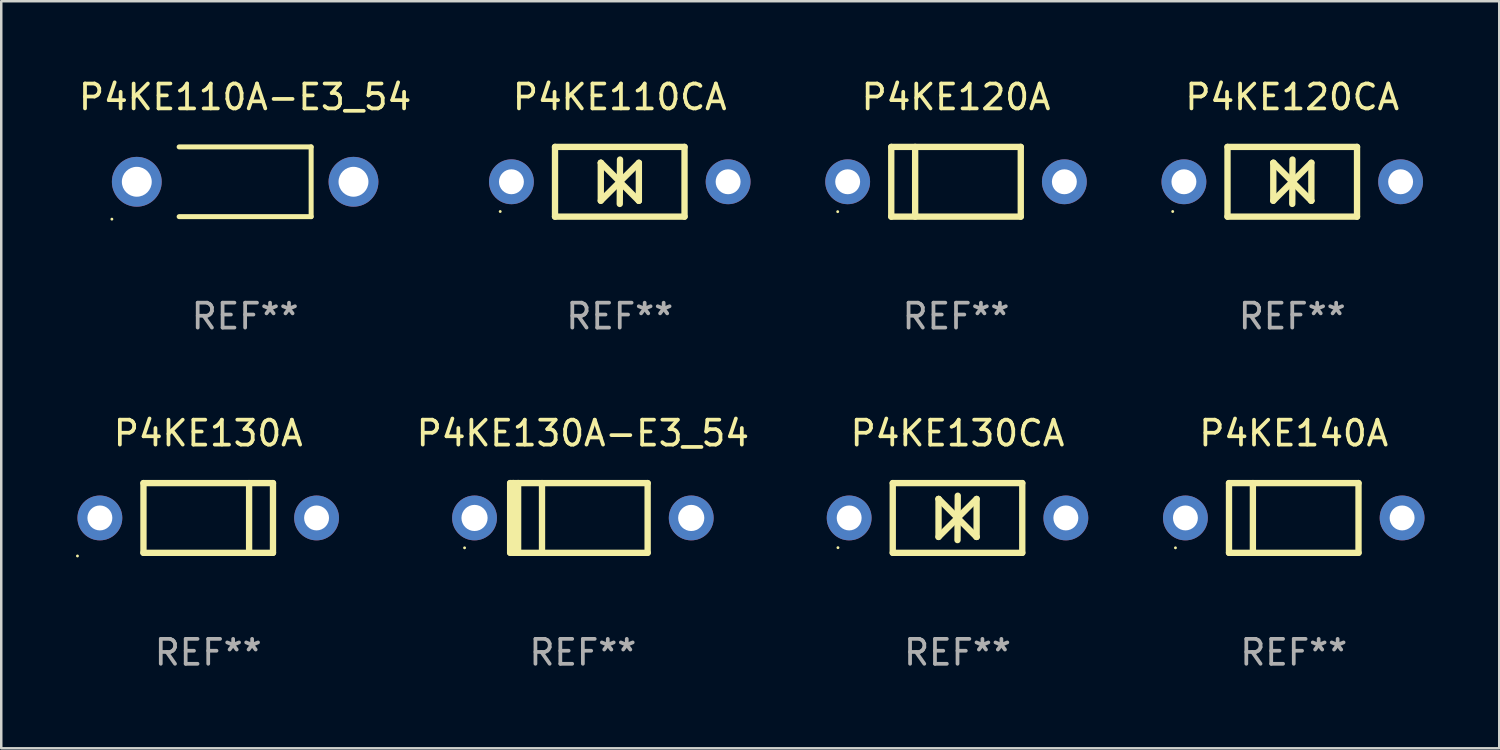
<source format=kicad_pcb>
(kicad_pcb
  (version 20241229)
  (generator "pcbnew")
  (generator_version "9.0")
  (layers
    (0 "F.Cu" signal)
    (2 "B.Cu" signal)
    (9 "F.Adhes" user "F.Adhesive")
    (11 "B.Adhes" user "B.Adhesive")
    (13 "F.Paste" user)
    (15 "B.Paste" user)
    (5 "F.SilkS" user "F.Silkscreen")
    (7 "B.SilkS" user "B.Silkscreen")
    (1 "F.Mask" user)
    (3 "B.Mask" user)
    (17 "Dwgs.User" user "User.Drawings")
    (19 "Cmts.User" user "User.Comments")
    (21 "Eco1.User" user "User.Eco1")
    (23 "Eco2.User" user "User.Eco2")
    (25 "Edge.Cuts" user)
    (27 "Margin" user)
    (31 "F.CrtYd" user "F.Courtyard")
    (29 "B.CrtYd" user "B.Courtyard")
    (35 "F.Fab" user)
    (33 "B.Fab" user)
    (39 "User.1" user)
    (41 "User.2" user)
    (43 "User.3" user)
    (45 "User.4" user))
  (footprint "P4KE110CA"
    (layer "F.Cu")
    (at 21.833 4.248)
    (property "Reference" "P4KE110CA" (at 0 -3.4 0) (layer "F.SilkS") (effects (font (size 1 1) (thickness 0.15))))
    (attr through_hole)
    (fp_line (start -2.6 1.4) (end -2.6 -1.4) (stroke (width 0.254) (type solid)) (layer "F.SilkS"))
    (fp_line (start -0.762 -0.762) (end -0.762 0.762) (stroke (width 0.254) (type solid)) (layer "F.SilkS"))
    (fp_line (start -0.762 0.762) (end 0.006 -0.006) (stroke (width 0.254) (type solid)) (layer "F.SilkS"))
    (fp_line (start -0.755 -0.762) (end -0.762 -0.762) (stroke (width 0.254) (type solid)) (layer "F.SilkS"))
    (fp_line (start -0.001 0.004) (end -0.001 0.095) (stroke (width 0.254) (type solid)) (layer "F.SilkS"))
    (fp_line (start 0 0) (end 0.761 0.761) (stroke (width 0.254) (type solid)) (layer "F.SilkS"))
    (fp_line (start 0 0.889) (end 0.01 -0.892) (stroke (width 0.254) (type solid)) (layer "F.SilkS"))
    (fp_line (start 0.005 -0.001) (end -0.755 -0.762) (stroke (width 0.254) (type solid)) (layer "F.SilkS"))
    (fp_line (start 0.006 -0.006) (end 0.006 -0.096) (stroke (width 0.254) (type solid)) (layer "F.SilkS"))
    (fp_line (start 0.761 0.761) (end 0.767 0.761) (stroke (width 0.254) (type solid)) (layer "F.SilkS"))
    (fp_line (start 0.767 -0.763) (end -0.001 0.004) (stroke (width 0.254) (type solid)) (layer "F.SilkS"))
    (fp_line (start 0.767 0.761) (end 0.767 -0.763) (stroke (width 0.254) (type solid)) (layer "F.SilkS"))
    (fp_line (start 2.6 -1.4) (end -2.6 -1.4) (stroke (width 0.254) (type solid)) (layer "F.SilkS"))
    (fp_line (start 2.6 1.4) (end -2.6 1.4) (stroke (width 0.254) (type solid)) (layer "F.SilkS"))
    (fp_line (start 2.6 1.4) (end 2.6 -1.4) (stroke (width 0.254) (type solid)) (layer "F.SilkS"))
    (fp_circle (center -4.8 1.194) (end -4.77 1.194) (stroke (width 0.06) (type solid)) (fill no) (layer "F.SilkS"))
    (fp_text user "REF**" (at 0 5.4 0) (layer "F.Fab") (effects (font (size 1 1) (thickness 0.15))))
    (pad "1" thru_hole circle (at -4.35 0) (size 1.8 1.8) (drill 1) (layers "*.Cu" "*.Mask"))
    (pad "2" thru_hole circle (at 4.35 0) (size 1.8 1.8) (drill 1) (layers "*.Cu" "*.Mask")))
  (footprint "P4KE130A-E3_54"
    (layer "F.Cu")
    (at 20.352 17.745)
    (property "Reference" "P4KE130A-E3_54" (at 0 -3.4 0) (layer "F.SilkS") (effects (font (size 1 1) (thickness 0.15))))
    (attr through_hole)
    (fp_line (start -2.921 1.397) (end -2.921 -1.4) (stroke (width 0.254) (type solid)) (layer "F.SilkS"))
    (fp_line (start -2.794 -1.4) (end -2.921 -1.4) (stroke (width 0.254) (type solid)) (layer "F.SilkS"))
    (fp_line (start -2.794 -1.4) (end -2.794 1.397) (stroke (width 0.254) (type solid)) (layer "F.SilkS"))
    (fp_line (start -2.794 1.397) (end -2.6 1.397) (stroke (width 0.254) (type solid)) (layer "F.SilkS"))
    (fp_line (start -2.667 1.397) (end -2.921 1.397) (stroke (width 0.254) (type solid)) (layer "F.SilkS"))
    (fp_line (start -2.6 -1.4) (end -2.794 -1.4) (stroke (width 0.254) (type solid)) (layer "F.SilkS"))
    (fp_line (start -2.6 -1.4) (end -2.6 1.4) (stroke (width 0.254) (type solid)) (layer "F.SilkS"))
    (fp_line (start -2.6 -1.4) (end 2.6 -1.4) (stroke (width 0.254) (type solid)) (layer "F.SilkS"))
    (fp_line (start -2.6 1.4) (end 2.6 1.4) (stroke (width 0.254) (type solid)) (layer "F.SilkS"))
    (fp_line (start -1.641 -1.4) (end -1.641 1.4) (stroke (width 0.254) (type solid)) (layer "F.SilkS"))
    (fp_line (start 2.6 -1.4) (end 2.6 1.4) (stroke (width 0.254) (type solid)) (layer "F.SilkS"))
    (fp_circle (center -4.75 1.2) (end -4.72 1.2) (stroke (width 0.06) (type solid)) (fill no) (layer "F.SilkS"))
    (fp_text user "REF**" (at 0 5.4 0) (layer "F.Fab") (effects (font (size 1 1) (thickness 0.15))))
    (pad "1" thru_hole circle (at -4.35 0) (size 1.8 1.8) (drill 1.05) (layers "*.Cu" "*.Mask"))
    (pad "2" thru_hole circle (at 4.35 0) (size 1.8 1.8) (drill 1.05) (layers "*.Cu" "*.Mask")))
  (footprint "P4KE130A"
    (layer "F.Cu")
    (at 5.31 17.745)
    (property "Reference" "P4KE130A" (at 0 -3.4 0) (layer "F.SilkS") (effects (font (size 1 1) (thickness 0.15))))
    (attr through_hole)
    (fp_line (start -2.6 1.4) (end -2.6 -1.4) (stroke (width 0.254) (type solid)) (layer "F.SilkS"))
    (fp_line (start 1.641 1.4) (end 1.641 -1.4) (stroke (width 0.254) (type solid)) (layer "F.SilkS"))
    (fp_line (start 2.6 -1.4) (end -2.6 -1.4) (stroke (width 0.254) (type solid)) (layer "F.SilkS"))
    (fp_line (start 2.6 1.4) (end -2.6 1.4) (stroke (width 0.254) (type solid)) (layer "F.SilkS"))
    (fp_line (start 2.6 1.4) (end 2.6 -1.4) (stroke (width 0.254) (type solid)) (layer "F.SilkS"))
    (fp_circle (center -5.25 1.527) (end -5.22 1.527) (stroke (width 0.06) (type solid)) (fill no) (layer "F.SilkS"))
    (fp_text user "REF**" (at 0 5.4 0) (layer "F.Fab") (effects (font (size 1 1) (thickness 0.15))))
    (pad "1" thru_hole circle (at -4.35 0) (size 1.8 1.8) (drill 1) (layers "*.Cu" "*.Mask"))
    (pad "2" thru_hole circle (at 4.35 0) (size 1.8 1.8) (drill 1) (layers "*.Cu" "*.Mask")))
  (footprint "P4KE120CA"
    (layer "F.Cu")
    (at 48.833 4.248)
    (property "Reference" "P4KE120CA" (at 0 -3.4 0) (layer "F.SilkS") (effects (font (size 1 1) (thickness 0.15))))
    (attr through_hole)
    (fp_line (start -2.6 1.4) (end -2.6 -1.4) (stroke (width 0.254) (type solid)) (layer "F.SilkS"))
    (fp_line (start -0.762 -0.762) (end -0.762 0.762) (stroke (width 0.254) (type solid)) (layer "F.SilkS"))
    (fp_line (start -0.762 0.762) (end 0.006 -0.006) (stroke (width 0.254) (type solid)) (layer "F.SilkS"))
    (fp_line (start -0.755 -0.762) (end -0.762 -0.762) (stroke (width 0.254) (type solid)) (layer "F.SilkS"))
    (fp_line (start -0.001 0.004) (end -0.001 0.095) (stroke (width 0.254) (type solid)) (layer "F.SilkS"))
    (fp_line (start 0 0) (end 0.761 0.761) (stroke (width 0.254) (type solid)) (layer "F.SilkS"))
    (fp_line (start 0 0.889) (end 0.01 -0.892) (stroke (width 0.254) (type solid)) (layer "F.SilkS"))
    (fp_line (start 0.005 -0.001) (end -0.755 -0.762) (stroke (width 0.254) (type solid)) (layer "F.SilkS"))
    (fp_line (start 0.006 -0.006) (end 0.006 -0.096) (stroke (width 0.254) (type solid)) (layer "F.SilkS"))
    (fp_line (start 0.761 0.761) (end 0.767 0.761) (stroke (width 0.254) (type solid)) (layer "F.SilkS"))
    (fp_line (start 0.767 -0.763) (end -0.001 0.004) (stroke (width 0.254) (type solid)) (layer "F.SilkS"))
    (fp_line (start 0.767 0.761) (end 0.767 -0.763) (stroke (width 0.254) (type solid)) (layer "F.SilkS"))
    (fp_line (start 2.6 -1.4) (end -2.6 -1.4) (stroke (width 0.254) (type solid)) (layer "F.SilkS"))
    (fp_line (start 2.6 1.4) (end -2.6 1.4) (stroke (width 0.254) (type solid)) (layer "F.SilkS"))
    (fp_line (start 2.6 1.4) (end 2.6 -1.4) (stroke (width 0.254) (type solid)) (layer "F.SilkS"))
    (fp_circle (center -4.8 1.194) (end -4.77 1.194) (stroke (width 0.06) (type solid)) (fill no) (layer "F.SilkS"))
    (fp_text user "REF**" (at 0 5.4 0) (layer "F.Fab") (effects (font (size 1 1) (thickness 0.15))))
    (pad "1" thru_hole circle (at -4.35 0) (size 1.8 1.8) (drill 1) (layers "*.Cu" "*.Mask"))
    (pad "2" thru_hole circle (at 4.35 0) (size 1.8 1.8) (drill 1) (layers "*.Cu" "*.Mask")))
  (footprint "P4KE120A"
    (layer "F.Cu")
    (at 35.333 4.248)
    (property "Reference" "P4KE120A" (at 0 -3.4 0) (layer "F.SilkS") (effects (font (size 1 1) (thickness 0.15))))
    (attr through_hole)
    (fp_line (start -2.6 -1.4) (end -2.6 1.4) (stroke (width 0.254) (type solid)) (layer "F.SilkS"))
    (fp_line (start -2.6 -1.4) (end 2.6 -1.4) (stroke (width 0.254) (type solid)) (layer "F.SilkS"))
    (fp_line (start -2.6 1.4) (end 2.6 1.4) (stroke (width 0.254) (type solid)) (layer "F.SilkS"))
    (fp_line (start -1.641 -1.4) (end -1.641 1.4) (stroke (width 0.254) (type solid)) (layer "F.SilkS"))
    (fp_line (start 2.6 -1.4) (end 2.6 1.4) (stroke (width 0.254) (type solid)) (layer "F.SilkS"))
    (fp_circle (center -4.75 1.2) (end -4.72 1.2) (stroke (width 0.06) (type solid)) (fill no) (layer "F.SilkS"))
    (fp_text user "REF**" (at 0 5.4 0) (layer "F.Fab") (effects (font (size 1 1) (thickness 0.15))))
    (pad "1" thru_hole circle (at -4.35 0) (size 1.8 1.8) (drill 1) (layers "*.Cu" "*.Mask"))
    (pad "2" thru_hole circle (at 4.35 0) (size 1.8 1.8) (drill 1) (layers "*.Cu" "*.Mask")))
  (footprint "P4KE140A"
    (layer "F.Cu")
    (at 48.893 17.745)
    (property "Reference" "P4KE140A" (at 0 -3.4 0) (layer "F.SilkS") (effects (font (size 1 1) (thickness 0.15))))
    (attr through_hole)
    (fp_line (start -2.6 -1.4) (end -2.6 1.4) (stroke (width 0.254) (type solid)) (layer "F.SilkS"))
    (fp_line (start -2.6 -1.4) (end 2.6 -1.4) (stroke (width 0.254) (type solid)) (layer "F.SilkS"))
    (fp_line (start -2.6 1.4) (end 2.6 1.4) (stroke (width 0.254) (type solid)) (layer "F.SilkS"))
    (fp_line (start -1.641 -1.4) (end -1.641 1.4) (stroke (width 0.254) (type solid)) (layer "F.SilkS"))
    (fp_line (start 2.6 -1.4) (end 2.6 1.4) (stroke (width 0.254) (type solid)) (layer "F.SilkS"))
    (fp_circle (center -4.75 1.2) (end -4.72 1.2) (stroke (width 0.06) (type solid)) (fill no) (layer "F.SilkS"))
    (fp_text user "REF**" (at 0 5.4 0) (layer "F.Fab") (effects (font (size 1 1) (thickness 0.15))))
    (pad "1" thru_hole circle (at -4.35 0) (size 1.8 1.8) (drill 1) (layers "*.Cu" "*.Mask"))
    (pad "2" thru_hole circle (at 4.35 0) (size 1.8 1.8) (drill 1) (layers "*.Cu" "*.Mask")))
  (footprint "P4KE130CA"
    (layer "F.Cu")
    (at 35.393 17.745)
    (property "Reference" "P4KE130CA" (at 0 -3.4 0) (layer "F.SilkS") (effects (font (size 1 1) (thickness 0.15))))
    (attr through_hole)
    (fp_line (start -2.6 1.4) (end -2.6 -1.4) (stroke (width 0.254) (type solid)) (layer "F.SilkS"))
    (fp_line (start -0.762 -0.762) (end -0.762 0.762) (stroke (width 0.254) (type solid)) (layer "F.SilkS"))
    (fp_line (start -0.762 0.762) (end 0.006 -0.006) (stroke (width 0.254) (type solid)) (layer "F.SilkS"))
    (fp_line (start -0.755 -0.762) (end -0.762 -0.762) (stroke (width 0.254) (type solid)) (layer "F.SilkS"))
    (fp_line (start -0.001 0.004) (end -0.001 0.095) (stroke (width 0.254) (type solid)) (layer "F.SilkS"))
    (fp_line (start 0 0) (end 0.761 0.761) (stroke (width 0.254) (type solid)) (layer "F.SilkS"))
    (fp_line (start 0 0.889) (end 0.01 -0.892) (stroke (width 0.254) (type solid)) (layer "F.SilkS"))
    (fp_line (start 0.005 -0.001) (end -0.755 -0.762) (stroke (width 0.254) (type solid)) (layer "F.SilkS"))
    (fp_line (start 0.006 -0.006) (end 0.006 -0.096) (stroke (width 0.254) (type solid)) (layer "F.SilkS"))
    (fp_line (start 0.761 0.761) (end 0.767 0.761) (stroke (width 0.254) (type solid)) (layer "F.SilkS"))
    (fp_line (start 0.767 -0.763) (end -0.001 0.004) (stroke (width 0.254) (type solid)) (layer "F.SilkS"))
    (fp_line (start 0.767 0.761) (end 0.767 -0.763) (stroke (width 0.254) (type solid)) (layer "F.SilkS"))
    (fp_line (start 2.6 -1.4) (end -2.6 -1.4) (stroke (width 0.254) (type solid)) (layer "F.SilkS"))
    (fp_line (start 2.6 1.4) (end -2.6 1.4) (stroke (width 0.254) (type solid)) (layer "F.SilkS"))
    (fp_line (start 2.6 1.4) (end 2.6 -1.4) (stroke (width 0.254) (type solid)) (layer "F.SilkS"))
    (fp_circle (center -4.8 1.194) (end -4.77 1.194) (stroke (width 0.06) (type solid)) (fill no) (layer "F.SilkS"))
    (fp_text user "REF**" (at 0 5.4 0) (layer "F.Fab") (effects (font (size 1 1) (thickness 0.15))))
    (pad "1" thru_hole circle (at -4.35 0) (size 1.8 1.8) (drill 1) (layers "*.Cu" "*.Mask"))
    (pad "2" thru_hole circle (at 4.35 0) (size 1.8 1.8) (drill 1) (layers "*.Cu" "*.Mask")))
  (footprint "P4KE110A-E3_54"
    (layer "F.Cu")
    (at 6.792 4.248)
    (property "Reference" "P4KE110A-E3_54" (at 0 -3.4 0) (layer "F.SilkS") (effects (font (size 1 1) (thickness 0.15))))
    (attr through_hole)
    (fp_line (start -2.65 1.4) (end 2.65 1.4) (stroke (width 0.2) (type solid)) (layer "F.SilkS"))
    (fp_line (start 2.65 -1.4) (end -2.65 -1.4) (stroke (width 0.2) (type solid)) (layer "F.SilkS"))
    (fp_line (start 2.65 1.4) (end 2.65 -1.4) (stroke (width 0.2) (type solid)) (layer "F.SilkS"))
    (fp_circle (center -5.35 1.5) (end -5.32 1.5) (stroke (width 0.06) (type solid)) (fill no) (layer "F.SilkS"))
    (fp_text user "REF**" (at 0 5.4 0) (layer "F.Fab") (effects (font (size 1 1) (thickness 0.15))))
    (pad "1" thru_hole circle (at -4.35 0) (size 2 2) (drill 1.2) (layers "*.Cu" "*.Mask"))
    (pad "2" thru_hole circle (at 4.35 0) (size 2 2) (drill 1.2) (layers "*.Cu" "*.Mask")))
  (gr_rect
    (start -3 -3)
    (end 57.143 26.993)
    (stroke (width 0.1) (type default))
    (fill no)
    (layer "Edge.Cuts")))
</source>
